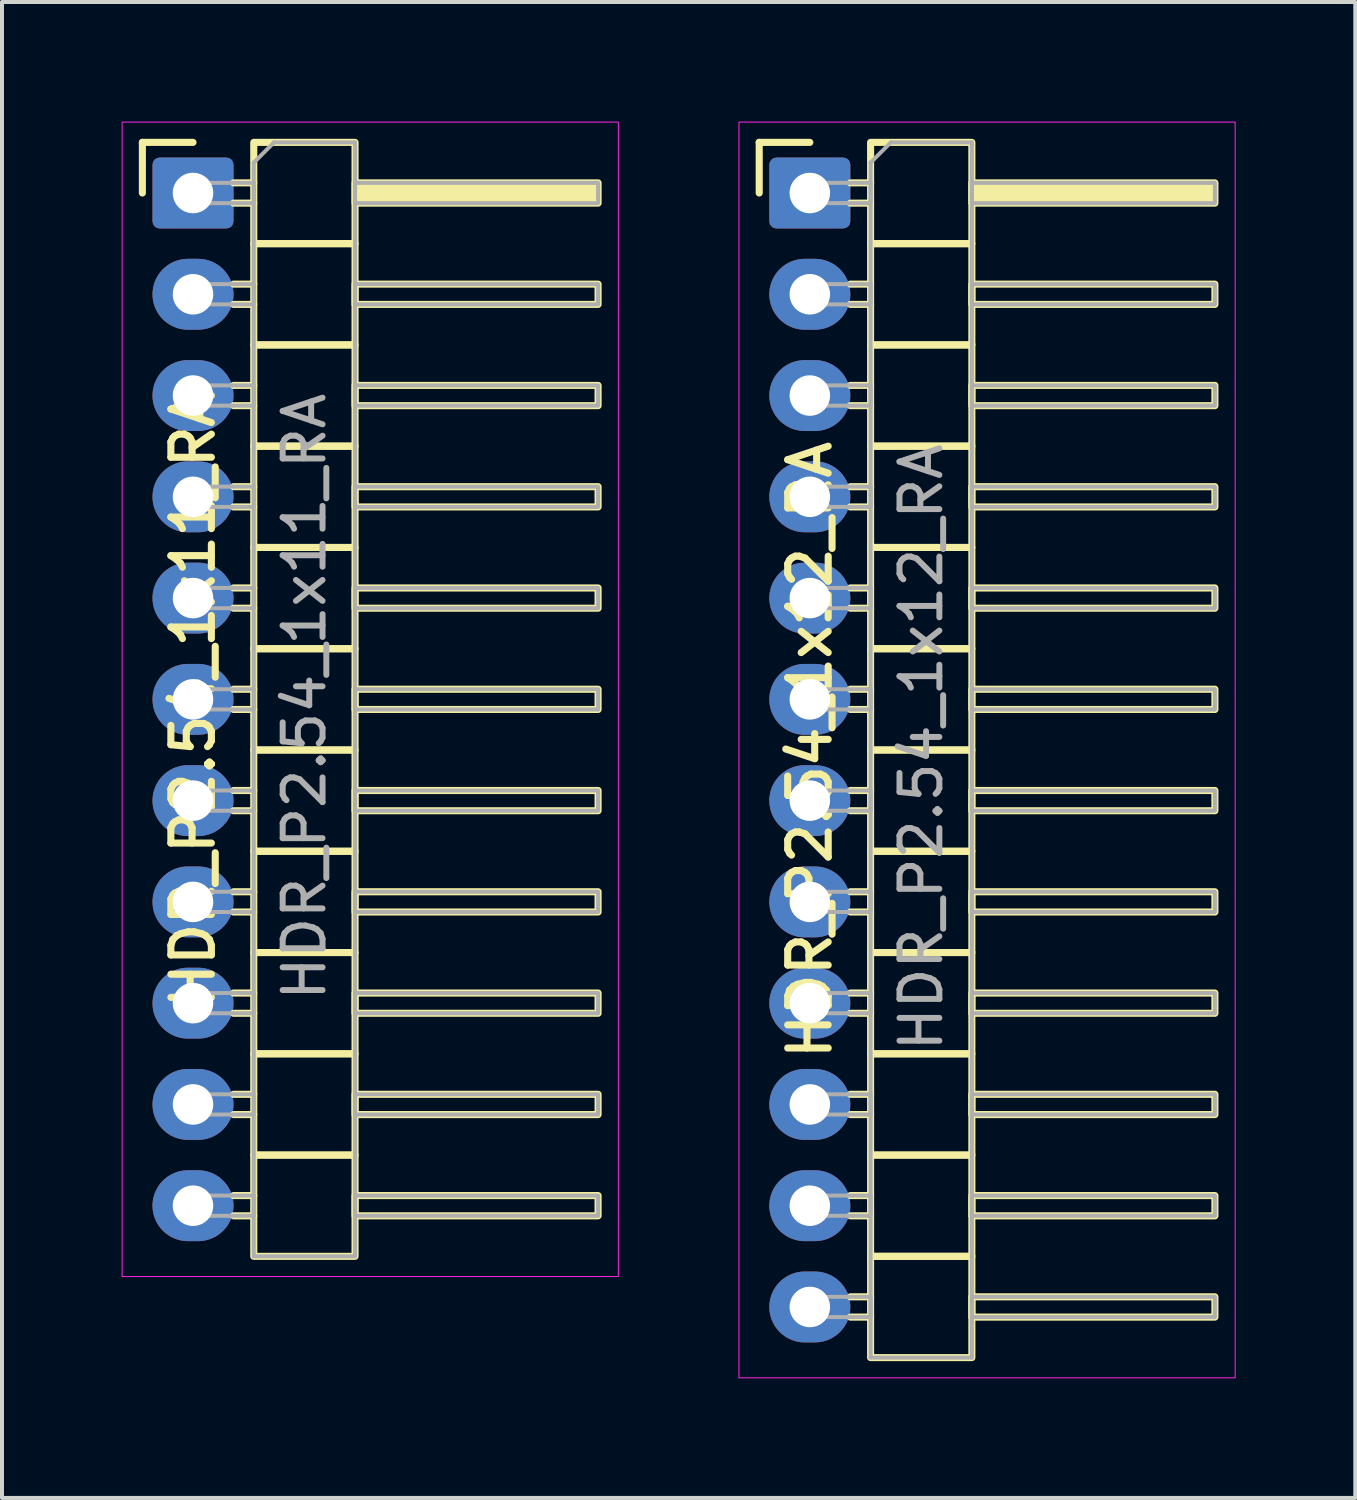
<source format=kicad_pcb>
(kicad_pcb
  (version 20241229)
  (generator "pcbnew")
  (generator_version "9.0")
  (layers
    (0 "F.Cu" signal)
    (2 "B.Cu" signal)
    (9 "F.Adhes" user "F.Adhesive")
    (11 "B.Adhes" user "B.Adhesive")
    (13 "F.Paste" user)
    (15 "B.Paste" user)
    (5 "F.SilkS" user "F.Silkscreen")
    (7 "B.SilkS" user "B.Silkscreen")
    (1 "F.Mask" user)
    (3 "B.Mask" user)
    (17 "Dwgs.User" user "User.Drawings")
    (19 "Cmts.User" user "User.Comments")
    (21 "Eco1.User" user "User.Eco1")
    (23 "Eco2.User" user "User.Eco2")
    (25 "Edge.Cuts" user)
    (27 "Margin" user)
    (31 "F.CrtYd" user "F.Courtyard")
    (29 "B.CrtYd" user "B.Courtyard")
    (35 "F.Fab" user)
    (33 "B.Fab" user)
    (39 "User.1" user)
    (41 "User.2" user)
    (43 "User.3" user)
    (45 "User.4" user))
  (footprint "HDR_P2.54_1x12_RA"
    (layer "F.Cu")
    (at 17.262 15.761)
    (property "Reference" "HDR_P2.54_1x12_RA" (at 0 0 90) (layer "F.SilkS") (effects (font (size 1.016 1.016) (thickness 0.178))))
    (attr through_hole)
    (fp_line (start -1.27 -15.24) (end 0 -15.24) (stroke (width 0.178) (type solid)) (layer "F.SilkS"))
    (fp_line (start -1.27 -13.97) (end -1.27 -15.24) (stroke (width 0.178) (type solid)) (layer "F.SilkS"))
    (fp_line (start 1.016 -14.224) (end 1.524 -14.224) (stroke (width 0.178) (type solid)) (layer "F.SilkS"))
    (fp_line (start 1.016 -13.716) (end 1.524 -13.716) (stroke (width 0.178) (type solid)) (layer "F.SilkS"))
    (fp_line (start 1.016 -11.684) (end 1.524 -11.684) (stroke (width 0.178) (type solid)) (layer "F.SilkS"))
    (fp_line (start 1.016 -11.176) (end 1.524 -11.176) (stroke (width 0.178) (type solid)) (layer "F.SilkS"))
    (fp_line (start 1.016 -9.144) (end 1.524 -9.144) (stroke (width 0.178) (type solid)) (layer "F.SilkS"))
    (fp_line (start 1.016 -8.636) (end 1.524 -8.636) (stroke (width 0.178) (type solid)) (layer "F.SilkS"))
    (fp_line (start 1.016 -6.604) (end 1.524 -6.604) (stroke (width 0.178) (type solid)) (layer "F.SilkS"))
    (fp_line (start 1.016 -6.096) (end 1.524 -6.096) (stroke (width 0.178) (type solid)) (layer "F.SilkS"))
    (fp_line (start 1.016 -4.064) (end 1.524 -4.064) (stroke (width 0.178) (type solid)) (layer "F.SilkS"))
    (fp_line (start 1.016 -3.556) (end 1.524 -3.556) (stroke (width 0.178) (type solid)) (layer "F.SilkS"))
    (fp_line (start 1.016 -1.524) (end 1.524 -1.524) (stroke (width 0.178) (type solid)) (layer "F.SilkS"))
    (fp_line (start 1.016 -1.016) (end 1.524 -1.016) (stroke (width 0.178) (type solid)) (layer "F.SilkS"))
    (fp_line (start 1.016 1.016) (end 1.524 1.016) (stroke (width 0.178) (type solid)) (layer "F.SilkS"))
    (fp_line (start 1.016 1.524) (end 1.524 1.524) (stroke (width 0.178) (type solid)) (layer "F.SilkS"))
    (fp_line (start 1.016 3.556) (end 1.524 3.556) (stroke (width 0.178) (type solid)) (layer "F.SilkS"))
    (fp_line (start 1.016 4.064) (end 1.524 4.064) (stroke (width 0.178) (type solid)) (layer "F.SilkS"))
    (fp_line (start 1.016 6.096) (end 1.524 6.096) (stroke (width 0.178) (type solid)) (layer "F.SilkS"))
    (fp_line (start 1.016 6.604) (end 1.524 6.604) (stroke (width 0.178) (type solid)) (layer "F.SilkS"))
    (fp_line (start 1.016 8.636) (end 1.524 8.636) (stroke (width 0.178) (type solid)) (layer "F.SilkS"))
    (fp_line (start 1.016 9.144) (end 1.524 9.144) (stroke (width 0.178) (type solid)) (layer "F.SilkS"))
    (fp_line (start 1.016 11.176) (end 1.524 11.176) (stroke (width 0.178) (type solid)) (layer "F.SilkS"))
    (fp_line (start 1.016 11.684) (end 1.524 11.684) (stroke (width 0.178) (type solid)) (layer "F.SilkS"))
    (fp_line (start 1.016 13.716) (end 1.524 13.716) (stroke (width 0.178) (type solid)) (layer "F.SilkS"))
    (fp_line (start 1.016 14.224) (end 1.524 14.224) (stroke (width 0.178) (type solid)) (layer "F.SilkS"))
    (fp_rect (start 1.524 -12.7) (end 4.064 -15.24) (stroke (width 0.178) (type solid)) (fill no) (layer "F.SilkS"))
    (fp_rect (start 1.524 -10.16) (end 4.064 -12.7) (stroke (width 0.178) (type solid)) (fill no) (layer "F.SilkS"))
    (fp_rect (start 1.524 -7.62) (end 4.064 -10.16) (stroke (width 0.178) (type solid)) (fill no) (layer "F.SilkS"))
    (fp_rect (start 1.524 -5.08) (end 4.064 -7.62) (stroke (width 0.178) (type solid)) (fill no) (layer "F.SilkS"))
    (fp_rect (start 1.524 -2.54) (end 4.064 -5.08) (stroke (width 0.178) (type solid)) (fill no) (layer "F.SilkS"))
    (fp_rect (start 1.524 0) (end 4.064 -2.54) (stroke (width 0.178) (type solid)) (fill no) (layer "F.SilkS"))
    (fp_rect (start 1.524 2.54) (end 4.064 0) (stroke (width 0.178) (type solid)) (fill no) (layer "F.SilkS"))
    (fp_rect (start 1.524 5.08) (end 4.064 2.54) (stroke (width 0.178) (type solid)) (fill no) (layer "F.SilkS"))
    (fp_rect (start 1.524 7.62) (end 4.064 5.08) (stroke (width 0.178) (type solid)) (fill no) (layer "F.SilkS"))
    (fp_rect (start 1.524 10.16) (end 4.064 7.62) (stroke (width 0.178) (type solid)) (fill no) (layer "F.SilkS"))
    (fp_rect (start 1.524 12.7) (end 4.064 10.16) (stroke (width 0.178) (type solid)) (fill no) (layer "F.SilkS"))
    (fp_rect (start 1.524 15.24) (end 4.064 12.7) (stroke (width 0.178) (type solid)) (fill no) (layer "F.SilkS"))
    (fp_rect (start 4.064 -14.224) (end 10.16 -13.716) (stroke (width 0.178) (type solid)) (fill yes) (layer "F.SilkS"))
    (fp_rect (start 4.064 -11.684) (end 10.16 -11.176) (stroke (width 0.178) (type solid)) (fill no) (layer "F.SilkS"))
    (fp_rect (start 4.064 -9.144) (end 10.16 -8.636) (stroke (width 0.178) (type solid)) (fill no) (layer "F.SilkS"))
    (fp_rect (start 4.064 -6.604) (end 10.16 -6.096) (stroke (width 0.178) (type solid)) (fill no) (layer "F.SilkS"))
    (fp_rect (start 4.064 -4.064) (end 10.16 -3.556) (stroke (width 0.178) (type solid)) (fill no) (layer "F.SilkS"))
    (fp_rect (start 4.064 -1.524) (end 10.16 -1.016) (stroke (width 0.178) (type solid)) (fill no) (layer "F.SilkS"))
    (fp_rect (start 4.064 1.016) (end 10.16 1.524) (stroke (width 0.178) (type solid)) (fill no) (layer "F.SilkS"))
    (fp_rect (start 4.064 3.556) (end 10.16 4.064) (stroke (width 0.178) (type solid)) (fill no) (layer "F.SilkS"))
    (fp_rect (start 4.064 6.096) (end 10.16 6.604) (stroke (width 0.178) (type solid)) (fill no) (layer "F.SilkS"))
    (fp_rect (start 4.064 8.636) (end 10.16 9.144) (stroke (width 0.178) (type solid)) (fill no) (layer "F.SilkS"))
    (fp_rect (start 4.064 11.176) (end 10.16 11.684) (stroke (width 0.178) (type solid)) (fill no) (layer "F.SilkS"))
    (fp_rect (start 4.064 13.716) (end 10.16 14.224) (stroke (width 0.178) (type solid)) (fill no) (layer "F.SilkS"))
    (fp_rect (start -1.778 -15.748) (end 10.668 15.748) (stroke (width 0.025) (type solid)) (fill no) (layer "F.CrtYd"))
    (fp_line (start 1.524 -14.732) (end 2.032 -15.24) (stroke (width 0.1) (type solid)) (layer "F.Fab"))
    (fp_line (start 1.524 15.24) (end 1.524 -14.732) (stroke (width 0.1) (type solid)) (layer "F.Fab"))
    (fp_line (start 2.032 -15.24) (end 4.064 -15.24) (stroke (width 0.1) (type solid)) (layer "F.Fab"))
    (fp_line (start 4.064 -15.24) (end 4.064 15.24) (stroke (width 0.1) (type solid)) (layer "F.Fab"))
    (fp_line (start 4.064 15.24) (end 1.524 15.24) (stroke (width 0.1) (type solid)) (layer "F.Fab"))
    (fp_rect (start -0.254 -14.224) (end 1.524 -13.716) (stroke (width 0.1) (type solid)) (fill no) (layer "F.Fab"))
    (fp_rect (start -0.254 -11.684) (end 1.524 -11.176) (stroke (width 0.1) (type solid)) (fill no) (layer "F.Fab"))
    (fp_rect (start -0.254 -9.144) (end 1.524 -8.636) (stroke (width 0.1) (type solid)) (fill no) (layer "F.Fab"))
    (fp_rect (start -0.254 -6.604) (end 1.524 -6.096) (stroke (width 0.1) (type solid)) (fill no) (layer "F.Fab"))
    (fp_rect (start -0.254 -4.064) (end 1.524 -3.556) (stroke (width 0.1) (type solid)) (fill no) (layer "F.Fab"))
    (fp_rect (start -0.254 -1.524) (end 1.524 -1.016) (stroke (width 0.1) (type solid)) (fill no) (layer "F.Fab"))
    (fp_rect (start -0.254 1.524) (end 1.524 1.016) (stroke (width 0.1) (type solid)) (fill no) (layer "F.Fab"))
    (fp_rect (start -0.254 3.556) (end 1.524 4.064) (stroke (width 0.1) (type solid)) (fill no) (layer "F.Fab"))
    (fp_rect (start -0.254 6.604) (end 1.524 6.096) (stroke (width 0.1) (type solid)) (fill no) (layer "F.Fab"))
    (fp_rect (start -0.254 9.144) (end 1.524 8.636) (stroke (width 0.1) (type solid)) (fill no) (layer "F.Fab"))
    (fp_rect (start -0.254 11.684) (end 1.524 11.176) (stroke (width 0.1) (type solid)) (fill no) (layer "F.Fab"))
    (fp_rect (start -0.254 13.716) (end 1.524 14.224) (stroke (width 0.1) (type solid)) (fill no) (layer "F.Fab"))
    (fp_rect (start 4.064 -14.224) (end 10.16 -13.716) (stroke (width 0.1) (type solid)) (fill no) (layer "F.Fab"))
    (fp_rect (start 4.064 -11.684) (end 10.16 -11.176) (stroke (width 0.1) (type solid)) (fill no) (layer "F.Fab"))
    (fp_rect (start 4.064 -9.144) (end 10.16 -8.636) (stroke (width 0.1) (type solid)) (fill no) (layer "F.Fab"))
    (fp_rect (start 4.064 -6.604) (end 10.16 -6.096) (stroke (width 0.1) (type solid)) (fill no) (layer "F.Fab"))
    (fp_rect (start 4.064 -4.064) (end 10.16 -3.556) (stroke (width 0.1) (type solid)) (fill no) (layer "F.Fab"))
    (fp_rect (start 4.064 -1.524) (end 10.16 -1.016) (stroke (width 0.1) (type solid)) (fill no) (layer "F.Fab"))
    (fp_rect (start 4.064 1.016) (end 10.16 1.524) (stroke (width 0.1) (type solid)) (fill no) (layer "F.Fab"))
    (fp_rect (start 4.064 3.556) (end 10.16 4.064) (stroke (width 0.1) (type solid)) (fill no) (layer "F.Fab"))
    (fp_rect (start 4.064 6.096) (end 10.16 6.604) (stroke (width 0.1) (type solid)) (fill no) (layer "F.Fab"))
    (fp_rect (start 4.064 8.636) (end 10.16 9.144) (stroke (width 0.1) (type solid)) (fill no) (layer "F.Fab"))
    (fp_rect (start 4.064 11.176) (end 10.16 11.684) (stroke (width 0.1) (type solid)) (fill no) (layer "F.Fab"))
    (fp_rect (start 4.064 13.716) (end 10.16 14.224) (stroke (width 0.1) (type solid)) (fill no) (layer "F.Fab"))
    (fp_text user "${REFERENCE}" (at 2.794 -0.066 90) (layer "F.Fab") (effects (font (size 1 1) (thickness 0.15))))
    (pad "1" thru_hole roundrect (at 0 -13.97) (size 2.032 1.778) (drill 1.016) (layers "*.Cu" "*.Mask") (roundrect_rratio 0.1))
    (pad "2" thru_hole oval (at 0 -11.43) (size 2.032 1.778) (drill 1.016) (layers "*.Cu" "*.Mask"))
    (pad "3" thru_hole oval (at 0 -8.89) (size 2.032 1.778) (drill 1.016) (layers "*.Cu" "*.Mask"))
    (pad "4" thru_hole oval (at 0 -6.35) (size 2.032 1.778) (drill 1.016) (layers "*.Cu" "*.Mask"))
    (pad "5" thru_hole oval (at 0 -3.81) (size 2.032 1.778) (drill 1.016) (layers "*.Cu" "*.Mask"))
    (pad "6" thru_hole oval (at 0 -1.27) (size 2.032 1.778) (drill 1.016) (layers "*.Cu" "*.Mask"))
    (pad "7" thru_hole oval (at 0 1.27) (size 2.032 1.778) (drill 1.016) (layers "*.Cu" "*.Mask"))
    (pad "8" thru_hole oval (at 0 3.81) (size 2.032 1.778) (drill 1.016) (layers "*.Cu" "*.Mask"))
    (pad "9" thru_hole oval (at 0 6.35) (size 2.032 1.778) (drill 1.016) (layers "*.Cu" "*.Mask"))
    (pad "10" thru_hole oval (at 0 8.89) (size 2.032 1.778) (drill 1.016) (layers "*.Cu" "*.Mask"))
    (pad "11" thru_hole oval (at 0 11.43) (size 2.032 1.778) (drill 1.016) (layers "*.Cu" "*.Mask"))
    (pad "12" thru_hole oval (at 0 13.97) (size 2.032 1.778) (drill 1.016) (layers "*.Cu" "*.Mask")))
  (footprint "HDR_P2.54_1x11_RA"
    (layer "F.Cu")
    (at 1.791 14.491)
    (property "Reference" "HDR_P2.54_1x11_RA" (at 0 0 90) (layer "F.SilkS") (effects (font (size 1.016 1.016) (thickness 0.178))))
    (attr through_hole)
    (fp_line (start -1.27 -13.97) (end 0 -13.97) (stroke (width 0.178) (type solid)) (layer "F.SilkS"))
    (fp_line (start -1.27 -12.7) (end -1.27 -13.97) (stroke (width 0.178) (type solid)) (layer "F.SilkS"))
    (fp_line (start 1.016 -12.954) (end 1.524 -12.954) (stroke (width 0.178) (type solid)) (layer "F.SilkS"))
    (fp_line (start 1.016 -12.446) (end 1.524 -12.446) (stroke (width 0.178) (type solid)) (layer "F.SilkS"))
    (fp_line (start 1.016 -10.414) (end 1.524 -10.414) (stroke (width 0.178) (type solid)) (layer "F.SilkS"))
    (fp_line (start 1.016 -9.906) (end 1.524 -9.906) (stroke (width 0.178) (type solid)) (layer "F.SilkS"))
    (fp_line (start 1.016 -7.874) (end 1.524 -7.874) (stroke (width 0.178) (type solid)) (layer "F.SilkS"))
    (fp_line (start 1.016 -7.366) (end 1.524 -7.366) (stroke (width 0.178) (type solid)) (layer "F.SilkS"))
    (fp_line (start 1.016 -5.334) (end 1.524 -5.334) (stroke (width 0.178) (type solid)) (layer "F.SilkS"))
    (fp_line (start 1.016 -4.826) (end 1.524 -4.826) (stroke (width 0.178) (type solid)) (layer "F.SilkS"))
    (fp_line (start 1.016 -2.794) (end 1.524 -2.794) (stroke (width 0.178) (type solid)) (layer "F.SilkS"))
    (fp_line (start 1.016 -2.286) (end 1.524 -2.286) (stroke (width 0.178) (type solid)) (layer "F.SilkS"))
    (fp_line (start 1.016 -0.254) (end 1.524 -0.254) (stroke (width 0.178) (type solid)) (layer "F.SilkS"))
    (fp_line (start 1.016 0.254) (end 1.524 0.254) (stroke (width 0.178) (type solid)) (layer "F.SilkS"))
    (fp_line (start 1.016 2.286) (end 1.524 2.286) (stroke (width 0.178) (type solid)) (layer "F.SilkS"))
    (fp_line (start 1.016 2.794) (end 1.524 2.794) (stroke (width 0.178) (type solid)) (layer "F.SilkS"))
    (fp_line (start 1.016 4.826) (end 1.524 4.826) (stroke (width 0.178) (type solid)) (layer "F.SilkS"))
    (fp_line (start 1.016 5.334) (end 1.524 5.334) (stroke (width 0.178) (type solid)) (layer "F.SilkS"))
    (fp_line (start 1.016 7.366) (end 1.524 7.366) (stroke (width 0.178) (type solid)) (layer "F.SilkS"))
    (fp_line (start 1.016 7.874) (end 1.524 7.874) (stroke (width 0.178) (type solid)) (layer "F.SilkS"))
    (fp_line (start 1.016 9.906) (end 1.524 9.906) (stroke (width 0.178) (type solid)) (layer "F.SilkS"))
    (fp_line (start 1.016 10.414) (end 1.524 10.414) (stroke (width 0.178) (type solid)) (layer "F.SilkS"))
    (fp_line (start 1.016 12.446) (end 1.524 12.446) (stroke (width 0.178) (type solid)) (layer "F.SilkS"))
    (fp_line (start 1.016 12.954) (end 1.524 12.954) (stroke (width 0.178) (type solid)) (layer "F.SilkS"))
    (fp_rect (start 1.524 -11.43) (end 4.064 -13.97) (stroke (width 0.178) (type solid)) (fill no) (layer "F.SilkS"))
    (fp_rect (start 1.524 -8.89) (end 4.064 -11.43) (stroke (width 0.178) (type solid)) (fill no) (layer "F.SilkS"))
    (fp_rect (start 1.524 -6.35) (end 4.064 -8.89) (stroke (width 0.178) (type solid)) (fill no) (layer "F.SilkS"))
    (fp_rect (start 1.524 -3.81) (end 4.064 -6.35) (stroke (width 0.178) (type solid)) (fill no) (layer "F.SilkS"))
    (fp_rect (start 1.524 -1.27) (end 4.064 -3.81) (stroke (width 0.178) (type solid)) (fill no) (layer "F.SilkS"))
    (fp_rect (start 1.524 1.27) (end 4.064 -1.27) (stroke (width 0.178) (type solid)) (fill no) (layer "F.SilkS"))
    (fp_rect (start 1.524 3.81) (end 4.064 1.27) (stroke (width 0.178) (type solid)) (fill no) (layer "F.SilkS"))
    (fp_rect (start 1.524 6.35) (end 4.064 3.81) (stroke (width 0.178) (type solid)) (fill no) (layer "F.SilkS"))
    (fp_rect (start 1.524 8.89) (end 4.064 6.35) (stroke (width 0.178) (type solid)) (fill no) (layer "F.SilkS"))
    (fp_rect (start 1.524 11.43) (end 4.064 8.89) (stroke (width 0.178) (type solid)) (fill no) (layer "F.SilkS"))
    (fp_rect (start 1.524 13.97) (end 4.064 11.43) (stroke (width 0.178) (type solid)) (fill no) (layer "F.SilkS"))
    (fp_rect (start 4.064 -12.954) (end 10.16 -12.446) (stroke (width 0.178) (type solid)) (fill yes) (layer "F.SilkS"))
    (fp_rect (start 4.064 -10.414) (end 10.16 -9.906) (stroke (width 0.178) (type solid)) (fill no) (layer "F.SilkS"))
    (fp_rect (start 4.064 -7.874) (end 10.16 -7.366) (stroke (width 0.178) (type solid)) (fill no) (layer "F.SilkS"))
    (fp_rect (start 4.064 -5.334) (end 10.16 -4.826) (stroke (width 0.178) (type solid)) (fill no) (layer "F.SilkS"))
    (fp_rect (start 4.064 -2.794) (end 10.16 -2.286) (stroke (width 0.178) (type solid)) (fill no) (layer "F.SilkS"))
    (fp_rect (start 4.064 -0.254) (end 10.16 0.254) (stroke (width 0.178) (type solid)) (fill no) (layer "F.SilkS"))
    (fp_rect (start 4.064 2.286) (end 10.16 2.794) (stroke (width 0.178) (type solid)) (fill no) (layer "F.SilkS"))
    (fp_rect (start 4.064 4.826) (end 10.16 5.334) (stroke (width 0.178) (type solid)) (fill no) (layer "F.SilkS"))
    (fp_rect (start 4.064 7.366) (end 10.16 7.874) (stroke (width 0.178) (type solid)) (fill no) (layer "F.SilkS"))
    (fp_rect (start 4.064 9.906) (end 10.16 10.414) (stroke (width 0.178) (type solid)) (fill no) (layer "F.SilkS"))
    (fp_rect (start 4.064 12.446) (end 10.16 12.954) (stroke (width 0.178) (type solid)) (fill no) (layer "F.SilkS"))
    (fp_rect (start -1.778 -14.478) (end 10.668 14.478) (stroke (width 0.025) (type solid)) (fill no) (layer "F.CrtYd"))
    (fp_line (start 1.524 -13.462) (end 2.032 -13.97) (stroke (width 0.1) (type solid)) (layer "F.Fab"))
    (fp_line (start 1.524 13.97) (end 1.524 -13.462) (stroke (width 0.1) (type solid)) (layer "F.Fab"))
    (fp_line (start 2.032 -13.97) (end 4.064 -13.97) (stroke (width 0.1) (type solid)) (layer "F.Fab"))
    (fp_line (start 4.064 -13.97) (end 4.064 13.97) (stroke (width 0.1) (type solid)) (layer "F.Fab"))
    (fp_line (start 4.064 13.97) (end 1.524 13.97) (stroke (width 0.1) (type solid)) (layer "F.Fab"))
    (fp_rect (start -0.254 -12.954) (end 1.524 -12.446) (stroke (width 0.1) (type solid)) (fill no) (layer "F.Fab"))
    (fp_rect (start -0.254 -10.414) (end 1.524 -9.906) (stroke (width 0.1) (type solid)) (fill no) (layer "F.Fab"))
    (fp_rect (start -0.254 -7.874) (end 1.524 -7.366) (stroke (width 0.1) (type solid)) (fill no) (layer "F.Fab"))
    (fp_rect (start -0.254 -5.334) (end 1.524 -4.826) (stroke (width 0.1) (type solid)) (fill no) (layer "F.Fab"))
    (fp_rect (start -0.254 -2.794) (end 1.524 -2.286) (stroke (width 0.1) (type solid)) (fill no) (layer "F.Fab"))
    (fp_rect (start -0.254 0.254) (end 1.524 -0.254) (stroke (width 0.1) (type solid)) (fill no) (layer "F.Fab"))
    (fp_rect (start -0.254 2.286) (end 1.524 2.794) (stroke (width 0.1) (type solid)) (fill no) (layer "F.Fab"))
    (fp_rect (start -0.254 4.826) (end 1.524 5.334) (stroke (width 0.1) (type solid)) (fill no) (layer "F.Fab"))
    (fp_rect (start -0.254 7.366) (end 1.524 7.874) (stroke (width 0.1) (type solid)) (fill no) (layer "F.Fab"))
    (fp_rect (start -0.254 9.906) (end 1.524 10.414) (stroke (width 0.1) (type solid)) (fill no) (layer "F.Fab"))
    (fp_rect (start -0.254 12.446) (end 1.524 12.954) (stroke (width 0.1) (type solid)) (fill no) (layer "F.Fab"))
    (fp_rect (start 4.064 -12.954) (end 10.16 -12.446) (stroke (width 0.1) (type solid)) (fill no) (layer "F.Fab"))
    (fp_rect (start 4.064 -10.414) (end 10.16 -9.906) (stroke (width 0.1) (type solid)) (fill no) (layer "F.Fab"))
    (fp_rect (start 4.064 -7.874) (end 10.16 -7.366) (stroke (width 0.1) (type solid)) (fill no) (layer "F.Fab"))
    (fp_rect (start 4.064 -5.334) (end 10.16 -4.826) (stroke (width 0.1) (type solid)) (fill no) (layer "F.Fab"))
    (fp_rect (start 4.064 -2.794) (end 10.16 -2.286) (stroke (width 0.1) (type solid)) (fill no) (layer "F.Fab"))
    (fp_rect (start 4.064 -0.254) (end 10.16 0.254) (stroke (width 0.1) (type solid)) (fill no) (layer "F.Fab"))
    (fp_rect (start 4.064 2.286) (end 10.16 2.794) (stroke (width 0.1) (type solid)) (fill no) (layer "F.Fab"))
    (fp_rect (start 4.064 5.334) (end 10.16 4.826) (stroke (width 0.1) (type solid)) (fill no) (layer "F.Fab"))
    (fp_rect (start 4.064 7.874) (end 10.16 7.366) (stroke (width 0.1) (type solid)) (fill no) (layer "F.Fab"))
    (fp_rect (start 4.064 9.906) (end 10.16 10.414) (stroke (width 0.1) (type solid)) (fill no) (layer "F.Fab"))
    (fp_rect (start 4.064 12.446) (end 10.16 12.954) (stroke (width 0.1) (type solid)) (fill no) (layer "F.Fab"))
    (fp_text user "${REFERENCE}" (at 2.794 -0.066 90) (layer "F.Fab") (effects (font (size 1 1) (thickness 0.15))))
    (pad "1" thru_hole roundrect (at 0 -12.7) (size 2.032 1.778) (drill 1.016) (layers "*.Cu" "*.Mask") (roundrect_rratio 0.1))
    (pad "2" thru_hole oval (at 0 -10.16) (size 2.032 1.778) (drill 1.016) (layers "*.Cu" "*.Mask"))
    (pad "3" thru_hole oval (at 0 -7.62) (size 2.032 1.778) (drill 1.016) (layers "*.Cu" "*.Mask"))
    (pad "4" thru_hole oval (at 0 -5.08) (size 2.032 1.778) (drill 1.016) (layers "*.Cu" "*.Mask"))
    (pad "5" thru_hole oval (at 0 -2.54) (size 2.032 1.778) (drill 1.016) (layers "*.Cu" "*.Mask"))
    (pad "6" thru_hole oval (at 0 0) (size 2.032 1.778) (drill 1.016) (layers "*.Cu" "*.Mask"))
    (pad "7" thru_hole oval (at 0 2.54) (size 2.032 1.778) (drill 1.016) (layers "*.Cu" "*.Mask"))
    (pad "8" thru_hole oval (at 0 5.08) (size 2.032 1.778) (drill 1.016) (layers "*.Cu" "*.Mask"))
    (pad "9" thru_hole oval (at 0 7.62) (size 2.032 1.778) (drill 1.016) (layers "*.Cu" "*.Mask"))
    (pad "10" thru_hole oval (at 0 10.16) (size 2.032 1.778) (drill 1.016) (layers "*.Cu" "*.Mask"))
    (pad "11" thru_hole oval (at 0 12.7) (size 2.032 1.778) (drill 1.016) (layers "*.Cu" "*.Mask")))
  (gr_rect
    (start -3 -3)
    (end 30.943 34.521)
    (stroke (width 0.1) (type default))
    (fill no)
    (layer "Edge.Cuts")))
</source>
